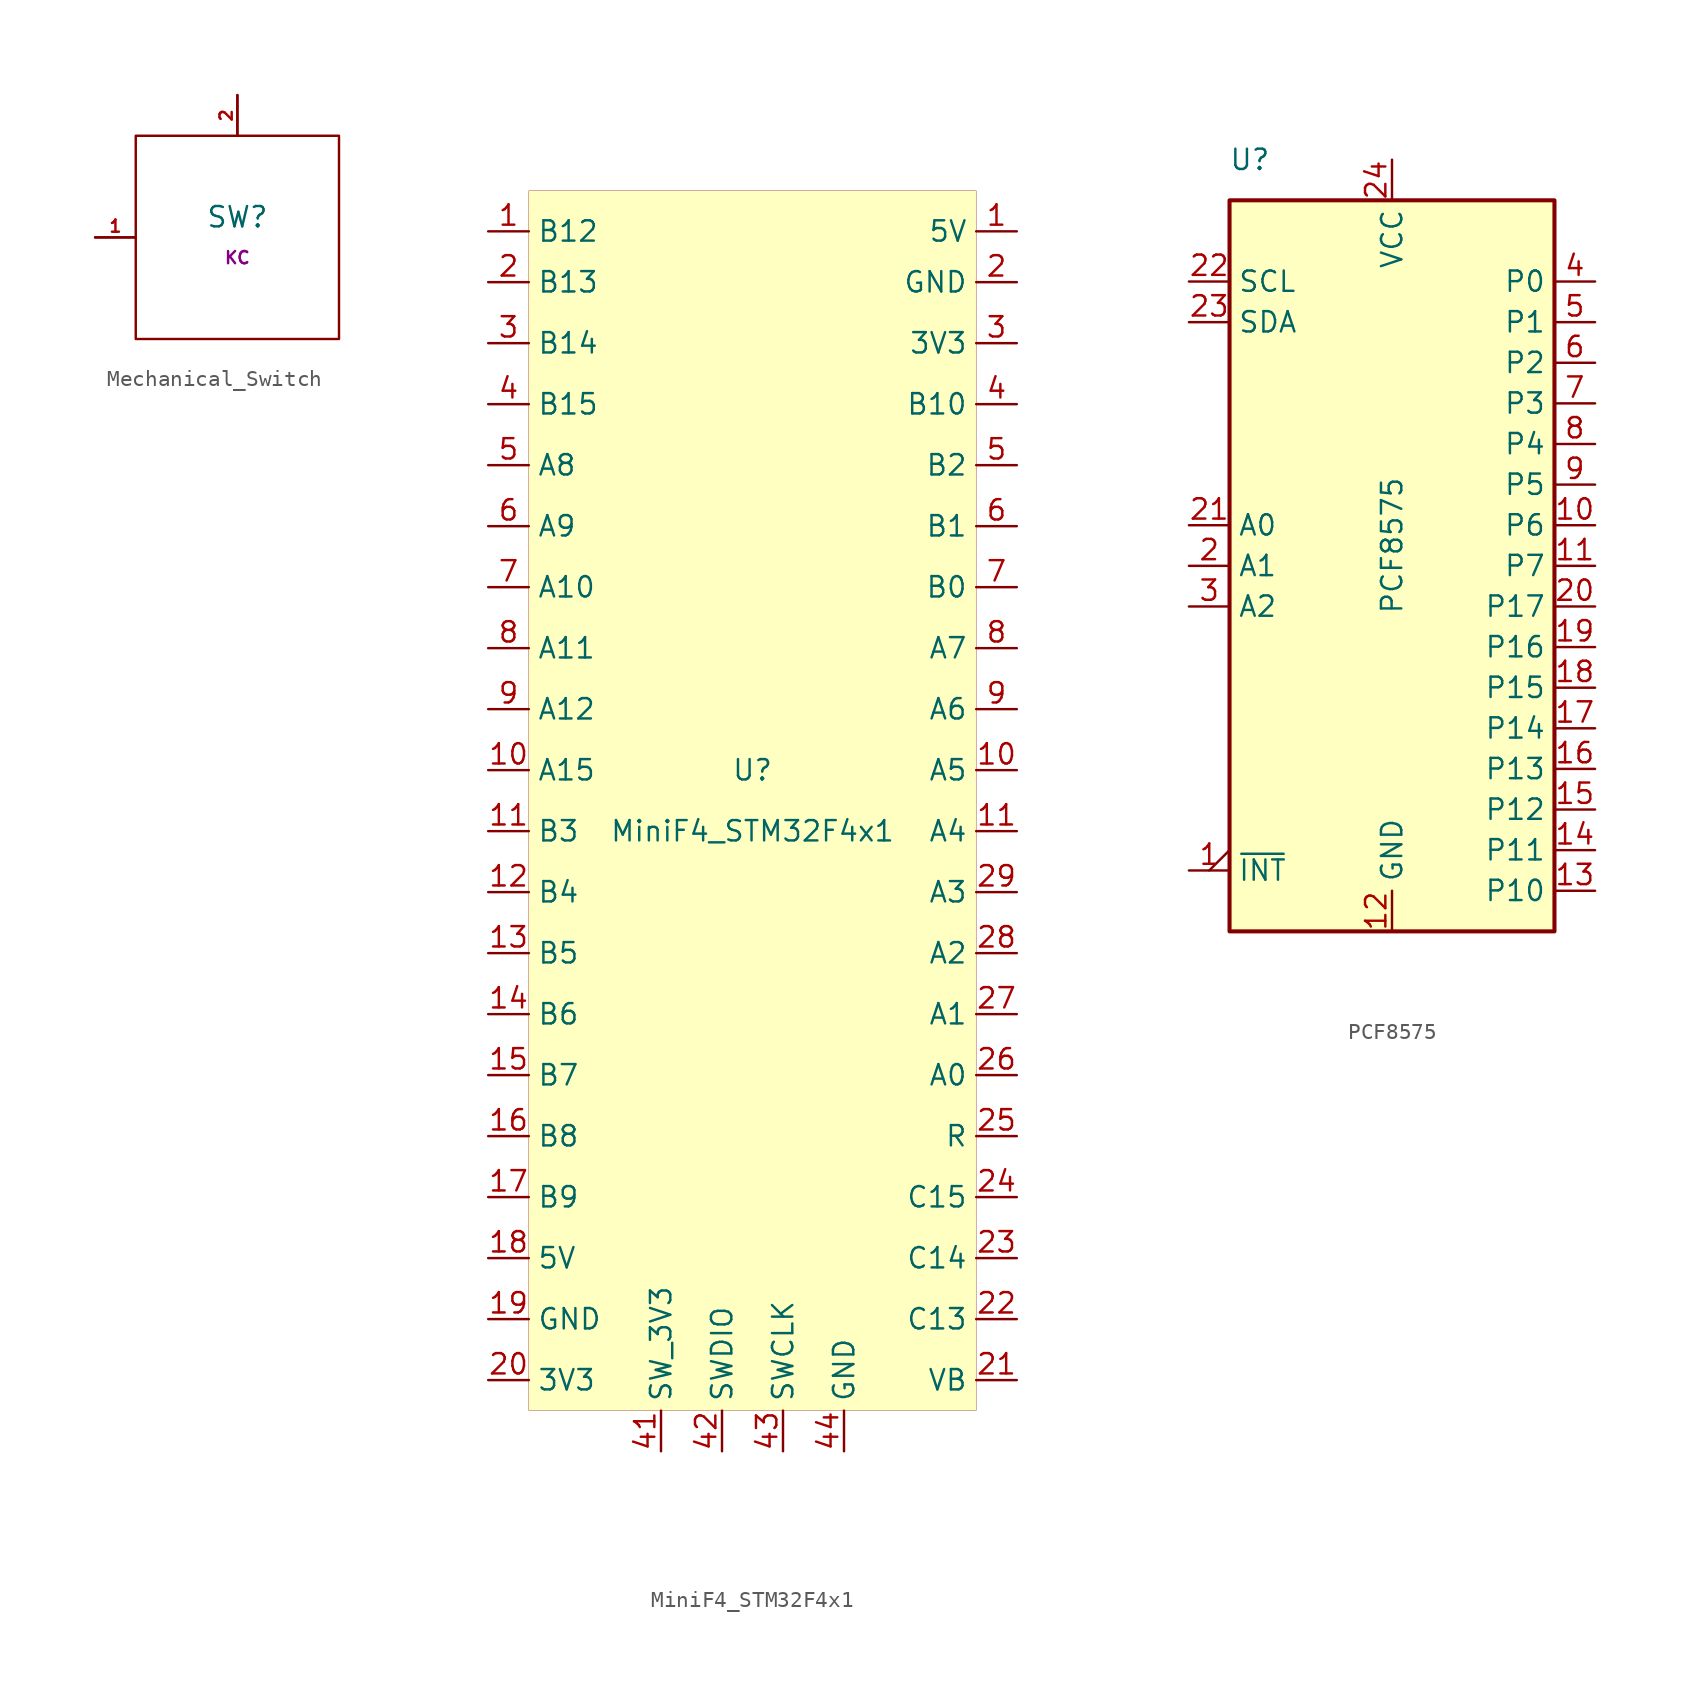
<source format=kicad_sym>
(kicad_symbol_lib
  (version 20211014)
  (generator kicad_symbol_editor)
  (symbol "Mechanical_Switch"
    (pin_names
      (offset 1.016))
    (property "Reference" "SW"
      (at 0 1.27 0)
      (effects (font (size 1.27 1.27))))
    (property "Keycode" "KC"
      (at 0 -1.27 0)
      (effects (font (size 0.762 0.762))))
    (symbol "Mechanical_Switch_0_1"
      (rectangle (start -6.35 6.35) (end 6.35 -6.35) (stroke (width 0) (type default) (color 0 0 0 0)) (fill (type none)))
      (polyline (pts (xy -6.35 0) (xy -8.89 0)) (stroke (width 0) (type default) (color 0 0 0 0)) (fill (type none)))
      (polyline (pts (xy 0 6.35) (xy 0 8.89)) (stroke (width 0) (type default) (color 0 0 0 0)) (fill (type none))))
    (symbol "Mechanical_Switch_1_1"
      (pin bidirectional line (at -8.89 0 0) (length 2.54) (name "1" (effects (font (size 0 0)))) (number "1" (effects (font (size 0.762 0.762)))))
      (pin bidirectional line (at 0 8.89 270) (length 2.54) (name "2" (effects (font (size 0 0)))) (number "2" (effects (font (size 0.762 0.762)))))))
  (symbol "MiniF4_STM32F4x1"
    (property "Reference" "U"
      (at 0 1.905 0)
      (effects (font (size 1.27 1.27))))
    (property "Value" "MiniF4_STM32F4x1"
      (at 0 -1.905 0)
      (effects (font (size 1.27 1.27))))
    (symbol "MiniF4_STM32F4x1_0_1"
      (rectangle (start -13.97 38.1) (end 13.97 -38.1) (stroke (width 0.001) (type default) (color 0 0 0 0)) (fill (type background))))
    (symbol "MiniF4_STM32F4x1_1_1"
      (pin power_out line (at 16.51 35.56 180) (length 2.54) (name "5V" (effects (font (size 1.27 1.27)))) (number "1" (effects (font (size 1.27 1.27)))))
      (pin unspecified line (at -16.51 35.56 0) (length 2.54) (name "B12" (effects (font (size 1.27 1.27)))) (number "1" (effects (font (size 1.27 1.27)))))
      (pin unspecified line (at -16.51 1.905 0) (length 2.54) (name "A15" (effects (font (size 1.27 1.27)))) (number "10" (effects (font (size 1.27 1.27)))))
      (pin unspecified line (at 16.51 1.905 180) (length 2.54) (name "A5" (effects (font (size 1.27 1.27)))) (number "10" (effects (font (size 1.27 1.27)))))
      (pin unspecified line (at 16.51 -1.905 180) (length 2.54) (name "A4" (effects (font (size 1.27 1.27)))) (number "11" (effects (font (size 1.27 1.27)))))
      (pin unspecified line (at -16.51 -1.905 0) (length 2.54) (name "B3" (effects (font (size 1.27 1.27)))) (number "11" (effects (font (size 1.27 1.27)))))
      (pin unspecified line (at -16.51 -5.715 0) (length 2.54) (name "B4" (effects (font (size 1.27 1.27)))) (number "12" (effects (font (size 1.27 1.27)))))
      (pin unspecified line (at -16.51 -9.525 0) (length 2.54) (name "B5" (effects (font (size 1.27 1.27)))) (number "13" (effects (font (size 1.27 1.27)))))
      (pin unspecified line (at -16.51 -13.335 0) (length 2.54) (name "B6" (effects (font (size 1.27 1.27)))) (number "14" (effects (font (size 1.27 1.27)))))
      (pin unspecified line (at -16.51 -17.145 0) (length 2.54) (name "B7" (effects (font (size 1.27 1.27)))) (number "15" (effects (font (size 1.27 1.27)))))
      (pin unspecified line (at -16.51 -20.955 0) (length 2.54) (name "B8" (effects (font (size 1.27 1.27)))) (number "16" (effects (font (size 1.27 1.27)))))
      (pin unspecified line (at -16.51 -24.765 0) (length 2.54) (name "B9" (effects (font (size 1.27 1.27)))) (number "17" (effects (font (size 1.27 1.27)))))
      (pin power_out line (at -16.51 -28.575 0) (length 2.54) (name "5V" (effects (font (size 1.27 1.27)))) (number "18" (effects (font (size 1.27 1.27)))))
      (pin power_in line (at -16.51 -32.385 0) (length 2.54) (name "GND" (effects (font (size 1.27 1.27)))) (number "19" (effects (font (size 1.27 1.27)))))
      (pin unspecified line (at -16.51 32.385 0) (length 2.54) (name "B13" (effects (font (size 1.27 1.27)))) (number "2" (effects (font (size 1.27 1.27)))))
      (pin power_in line (at 16.51 32.385 180) (length 2.54) (name "GND" (effects (font (size 1.27 1.27)))) (number "2" (effects (font (size 1.27 1.27)))))
      (pin power_out line (at -16.51 -36.195 0) (length 2.54) (name "3V3" (effects (font (size 1.27 1.27)))) (number "20" (effects (font (size 1.27 1.27)))))
      (pin unspecified line (at 16.51 -36.195 180) (length 2.54) (name "VB" (effects (font (size 1.27 1.27)))) (number "21" (effects (font (size 1.27 1.27)))))
      (pin unspecified line (at 16.51 -32.385 180) (length 2.54) (name "C13" (effects (font (size 1.27 1.27)))) (number "22" (effects (font (size 1.27 1.27)))))
      (pin unspecified line (at 16.51 -28.575 180) (length 2.54) (name "C14" (effects (font (size 1.27 1.27)))) (number "23" (effects (font (size 1.27 1.27)))))
      (pin unspecified line (at 16.51 -24.765 180) (length 2.54) (name "C15" (effects (font (size 1.27 1.27)))) (number "24" (effects (font (size 1.27 1.27)))))
      (pin unspecified line (at 16.51 -20.955 180) (length 2.54) (name "R" (effects (font (size 1.27 1.27)))) (number "25" (effects (font (size 1.27 1.27)))))
      (pin unspecified line (at 16.51 -17.145 180) (length 2.54) (name "A0" (effects (font (size 1.27 1.27)))) (number "26" (effects (font (size 1.27 1.27)))))
      (pin unspecified line (at 16.51 -13.335 180) (length 2.54) (name "A1" (effects (font (size 1.27 1.27)))) (number "27" (effects (font (size 1.27 1.27)))))
      (pin unspecified line (at 16.51 -9.525 180) (length 2.54) (name "A2" (effects (font (size 1.27 1.27)))) (number "28" (effects (font (size 1.27 1.27)))))
      (pin unspecified line (at 16.51 -5.715 180) (length 2.54) (name "A3" (effects (font (size 1.27 1.27)))) (number "29" (effects (font (size 1.27 1.27)))))
      (pin power_out line (at 16.51 28.575 180) (length 2.54) (name "3V3" (effects (font (size 1.27 1.27)))) (number "3" (effects (font (size 1.27 1.27)))))
      (pin unspecified line (at -16.51 28.575 0) (length 2.54) (name "B14" (effects (font (size 1.27 1.27)))) (number "3" (effects (font (size 1.27 1.27)))))
      (pin unspecified line (at 16.51 24.765 180) (length 2.54) (name "B10" (effects (font (size 1.27 1.27)))) (number "4" (effects (font (size 1.27 1.27)))))
      (pin unspecified line (at -16.51 24.765 0) (length 2.54) (name "B15" (effects (font (size 1.27 1.27)))) (number "4" (effects (font (size 1.27 1.27)))))
      (pin power_in line (at -5.715 -40.64 90) (length 2.54) (name "SW_3V3" (effects (font (size 1.27 1.27)))) (number "41" (effects (font (size 1.27 1.27)))))
      (pin bidirectional line (at -1.905 -40.64 90) (length 2.54) (name "SWDIO" (effects (font (size 1.27 1.27)))) (number "42" (effects (font (size 1.27 1.27)))))
      (pin input line (at 1.905 -40.64 90) (length 2.54) (name "SWCLK" (effects (font (size 1.27 1.27)))) (number "43" (effects (font (size 1.27 1.27)))))
      (pin power_out line (at 5.715 -40.64 90) (length 2.54) (name "GND" (effects (font (size 1.27 1.27)))) (number "44" (effects (font (size 1.27 1.27)))))
      (pin unspecified line (at -16.51 20.955 0) (length 2.54) (name "A8" (effects (font (size 1.27 1.27)))) (number "5" (effects (font (size 1.27 1.27)))))
      (pin unspecified line (at 16.51 20.955 180) (length 2.54) (name "B2" (effects (font (size 1.27 1.27)))) (number "5" (effects (font (size 1.27 1.27)))))
      (pin unspecified line (at -16.51 17.145 0) (length 2.54) (name "A9" (effects (font (size 1.27 1.27)))) (number "6" (effects (font (size 1.27 1.27)))))
      (pin unspecified line (at 16.51 17.145 180) (length 2.54) (name "B1" (effects (font (size 1.27 1.27)))) (number "6" (effects (font (size 1.27 1.27)))))
      (pin unspecified line (at -16.51 13.335 0) (length 2.54) (name "A10" (effects (font (size 1.27 1.27)))) (number "7" (effects (font (size 1.27 1.27)))))
      (pin unspecified line (at 16.51 13.335 180) (length 2.54) (name "B0" (effects (font (size 1.27 1.27)))) (number "7" (effects (font (size 1.27 1.27)))))
      (pin unspecified line (at -16.51 9.525 0) (length 2.54) (name "A11" (effects (font (size 1.27 1.27)))) (number "8" (effects (font (size 1.27 1.27)))))
      (pin unspecified line (at 16.51 9.525 180) (length 2.54) (name "A7" (effects (font (size 1.27 1.27)))) (number "8" (effects (font (size 1.27 1.27)))))
      (pin unspecified line (at -16.51 5.715 0) (length 2.54) (name "A12" (effects (font (size 1.27 1.27)))) (number "9" (effects (font (size 1.27 1.27)))))
      (pin unspecified line (at 16.51 5.715 180) (length 2.54) (name "A6" (effects (font (size 1.27 1.27)))) (number "9" (effects (font (size 1.27 1.27)))))))
  (symbol "PCF8575"
    (property "Reference" "U"
      (at -8.89 17.78 0)
      (effects (font (size 1.27 1.27))))
    (property "Value" "PCF8575"
      (at 0 -6.35 90)
      (effects (font (size 1.27 1.27))))
    (symbol "PCF8575_0_0"
      (pin bidirectional line (at 12.7 -27.94 180) (length 2.54) (name "P10" (effects (font (size 1.27 1.27)))) (number "13" (effects (font (size 1.27 1.27)))))
      (pin bidirectional line (at 12.7 -25.4 180) (length 2.54) (name "P11" (effects (font (size 1.27 1.27)))) (number "14" (effects (font (size 1.27 1.27)))))
      (pin bidirectional line (at 12.7 -22.86 180) (length 2.54) (name "P12" (effects (font (size 1.27 1.27)))) (number "15" (effects (font (size 1.27 1.27)))))
      (pin bidirectional line (at 12.7 -20.32 180) (length 2.54) (name "P13" (effects (font (size 1.27 1.27)))) (number "16" (effects (font (size 1.27 1.27)))))
      (pin bidirectional line (at 12.7 -17.78 180) (length 2.54) (name "P14" (effects (font (size 1.27 1.27)))) (number "17" (effects (font (size 1.27 1.27)))))
      (pin bidirectional line (at 12.7 -15.24 180) (length 2.54) (name "P15" (effects (font (size 1.27 1.27)))) (number "18" (effects (font (size 1.27 1.27)))))
      (pin bidirectional line (at 12.7 -12.7 180) (length 2.54) (name "P16" (effects (font (size 1.27 1.27)))) (number "19" (effects (font (size 1.27 1.27)))))
      (pin bidirectional line (at 12.7 -10.16 180) (length 2.54) (name "P17" (effects (font (size 1.27 1.27)))) (number "20" (effects (font (size 1.27 1.27))))))
    (symbol "PCF8575_0_1"
      (rectangle (start -10.16 15.24) (end 10.16 -30.48) (stroke (width 0.254) (type default) (color 0 0 0 0)) (fill (type background))))
    (symbol "PCF8575_1_1"
      (pin open_collector output_low (at -12.7 -26.67 0) (length 2.54) (name "~{INT}" (effects (font (size 1.27 1.27)))) (number "1" (effects (font (size 1.27 1.27)))))
      (pin bidirectional line (at 12.7 -5.08 180) (length 2.54) (name "P6" (effects (font (size 1.27 1.27)))) (number "10" (effects (font (size 1.27 1.27)))))
      (pin bidirectional line (at 12.7 -7.62 180) (length 2.54) (name "P7" (effects (font (size 1.27 1.27)))) (number "11" (effects (font (size 1.27 1.27)))))
      (pin power_in line (at 0 -30.48 90) (length 2.54) (name "GND" (effects (font (size 1.27 1.27)))) (number "12" (effects (font (size 1.27 1.27)))))
      (pin input line (at -12.7 -7.62 0) (length 2.54) (name "A1" (effects (font (size 1.27 1.27)))) (number "2" (effects (font (size 1.27 1.27)))))
      (pin input line (at -12.7 -5.08 0) (length 2.54) (name "A0" (effects (font (size 1.27 1.27)))) (number "21" (effects (font (size 1.27 1.27)))))
      (pin input line (at -12.7 10.16 0) (length 2.54) (name "SCL" (effects (font (size 1.27 1.27)))) (number "22" (effects (font (size 1.27 1.27)))))
      (pin bidirectional line (at -12.7 7.62 0) (length 2.54) (name "SDA" (effects (font (size 1.27 1.27)))) (number "23" (effects (font (size 1.27 1.27)))))
      (pin power_in line (at 0 17.78 270) (length 2.54) (name "VCC" (effects (font (size 1.27 1.27)))) (number "24" (effects (font (size 1.27 1.27)))))
      (pin input line (at -12.7 -10.16 0) (length 2.54) (name "A2" (effects (font (size 1.27 1.27)))) (number "3" (effects (font (size 1.27 1.27)))))
      (pin bidirectional line (at 12.7 10.16 180) (length 2.54) (name "P0" (effects (font (size 1.27 1.27)))) (number "4" (effects (font (size 1.27 1.27)))))
      (pin bidirectional line (at 12.7 7.62 180) (length 2.54) (name "P1" (effects (font (size 1.27 1.27)))) (number "5" (effects (font (size 1.27 1.27)))))
      (pin bidirectional line (at 12.7 5.08 180) (length 2.54) (name "P2" (effects (font (size 1.27 1.27)))) (number "6" (effects (font (size 1.27 1.27)))))
      (pin bidirectional line (at 12.7 2.54 180) (length 2.54) (name "P3" (effects (font (size 1.27 1.27)))) (number "7" (effects (font (size 1.27 1.27)))))
      (pin bidirectional line (at 12.7 0 180) (length 2.54) (name "P4" (effects (font (size 1.27 1.27)))) (number "8" (effects (font (size 1.27 1.27)))))
      (pin bidirectional line (at 12.7 -2.54 180) (length 2.54) (name "P5" (effects (font (size 1.27 1.27)))) (number "9" (effects (font (size 1.27 1.27))))))))
</source>
